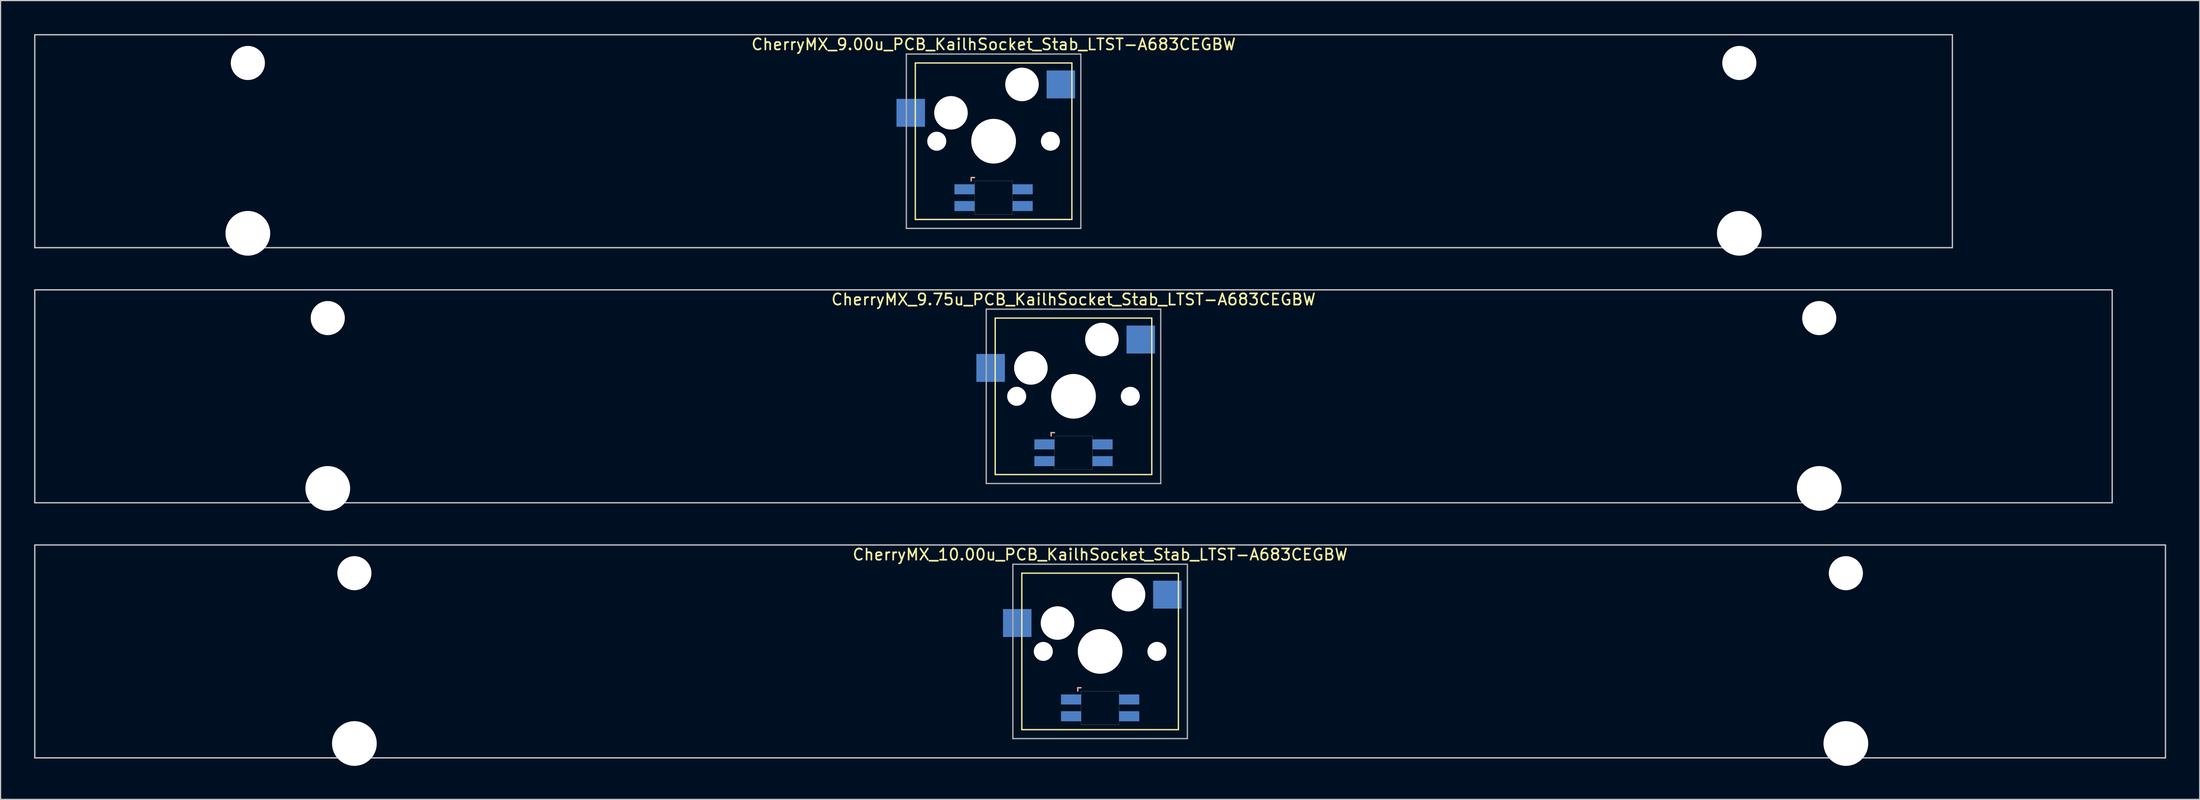
<source format=kicad_pcb>
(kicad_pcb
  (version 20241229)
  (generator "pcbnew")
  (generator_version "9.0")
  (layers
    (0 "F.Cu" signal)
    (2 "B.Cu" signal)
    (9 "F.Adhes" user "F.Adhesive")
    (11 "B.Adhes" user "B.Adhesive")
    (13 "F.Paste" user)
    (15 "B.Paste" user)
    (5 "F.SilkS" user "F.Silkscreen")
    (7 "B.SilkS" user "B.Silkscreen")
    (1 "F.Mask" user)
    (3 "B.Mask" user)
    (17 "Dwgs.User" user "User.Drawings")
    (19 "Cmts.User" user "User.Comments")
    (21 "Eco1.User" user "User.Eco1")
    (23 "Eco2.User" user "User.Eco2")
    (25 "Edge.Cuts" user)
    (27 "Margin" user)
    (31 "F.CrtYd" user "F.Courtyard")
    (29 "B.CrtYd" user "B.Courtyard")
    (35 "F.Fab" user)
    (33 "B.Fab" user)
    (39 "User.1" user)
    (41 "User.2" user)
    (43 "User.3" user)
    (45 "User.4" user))
  (footprint "CherryMX_10.00u_PCB_KailhSocket_Stab_LTST-A683CEGBW"
    (layer "F.Cu")
    (at 95.31 55.235)
    (property "Reference" "CherryMX_10.00u_PCB_KailhSocket_Stab_LTST-A683CEGBW" (at 0 -8.662 0) (layer "F.SilkS") (effects (font (size 1 1) (thickness 0.15))))
    (attr through_hole)
    (fp_line (start -7 -7) (end -7 7) (stroke (width 0.12) (type solid)) (layer "F.SilkS"))
    (fp_line (start -7 -7) (end 7 -7) (stroke (width 0.12) (type solid)) (layer "F.SilkS"))
    (fp_line (start 7 -7) (end 7 7) (stroke (width 0.12) (type solid)) (layer "F.SilkS"))
    (fp_line (start 7 7) (end -7 7) (stroke (width 0.12) (type solid)) (layer "F.SilkS"))
    (fp_line (start -2 3.25) (end -2 3.55) (stroke (width 0.12) (type solid)) (layer "B.SilkS"))
    (fp_line (start -1.7 3.25) (end -2 3.25) (stroke (width 0.12) (type solid)) (layer "B.SilkS"))
    (fp_line (start -95.25 -9.525) (end 95.25 -9.525) (stroke (width 0.12) (type solid)) (layer "Dwgs.User"))
    (fp_line (start -95.25 9.525) (end -95.25 -9.525) (stroke (width 0.12) (type solid)) (layer "Dwgs.User"))
    (fp_line (start 95.25 -9.525) (end 95.25 9.525) (stroke (width 0.12) (type solid)) (layer "Dwgs.User"))
    (fp_line (start 95.25 9.525) (end -95.25 9.525) (stroke (width 0.12) (type solid)) (layer "Dwgs.User"))
    (fp_poly (pts (xy 1.7 6.55) (xy -1.7 6.55) (xy -1.7 3.55) (xy 1.7 3.55)) (stroke (width 0.01) (type solid)) (fill no) (layer "Edge.Cuts"))
    (fp_line (start -7.8 -7.8) (end -7.8 7.8) (stroke (width 0.12) (type solid)) (layer "F.Fab"))
    (fp_line (start -7.8 -7.8) (end 7.8 -7.8) (stroke (width 0.12) (type solid)) (layer "F.Fab"))
    (fp_line (start -7.8 7.8) (end 7.8 7.8) (stroke (width 0.12) (type solid)) (layer "F.Fab"))
    (fp_line (start 7.8 -7.8) (end 7.8 7.8) (stroke (width 0.12) (type solid)) (layer "F.Fab"))
    (pad "" np_thru_hole circle (at -66.675 -7) (size 3.05 3.05) (drill 3.05) (layers "*.Cu" "*.Mask"))
    (pad "" np_thru_hole circle (at -66.675 8.24) (size 4 4) (drill 4) (layers "*.Cu" "*.Mask"))
    (pad "" np_thru_hole circle (at -5.08 0) (size 1.7 1.7) (drill 1.7) (layers "*.Cu" "*.Mask"))
    (pad "" np_thru_hole circle (at -3.81 -2.54) (size 3 3) (drill 3) (layers "*.Cu" "*.Mask"))
    (pad "" np_thru_hole circle (at 0 0) (size 4 4) (drill 4) (layers "*.Cu" "*.Mask"))
    (pad "" np_thru_hole circle (at 2.54 -5.08) (size 3 3) (drill 3) (layers "*.Cu" "*.Mask"))
    (pad "" np_thru_hole circle (at 5.08 0) (size 1.7 1.7) (drill 1.7) (layers "*.Cu" "*.Mask"))
    (pad "" np_thru_hole circle (at 66.675 -7) (size 3.05 3.05) (drill 3.05) (layers "*.Cu" "*.Mask"))
    (pad "" np_thru_hole circle (at 66.675 8.24) (size 4 4) (drill 4) (layers "*.Cu" "*.Mask"))
    (pad "1" smd rect (at -7.41 -2.54) (size 2.55 2.5) (layers "B.Cu" "B.Mask" "B.Paste"))
    (pad "2" smd rect (at 6.015 -5.08) (size 2.55 2.5) (layers "B.Cu" "B.Mask" "B.Paste"))
    (pad "3" smd rect (at -2.6 4.3) (size 1.8 0.9) (layers "B.Cu" "B.Mask" "B.Paste"))
    (pad "4" smd rect (at -2.6 5.8) (size 1.8 0.9) (layers "B.Cu" "B.Mask" "B.Paste"))
    (pad "5" smd rect (at 2.6 4.3) (size 1.8 0.9) (layers "B.Cu" "B.Mask" "B.Paste"))
    (pad "6" smd rect (at 2.6 5.8) (size 1.8 0.9) (layers "B.Cu" "B.Mask" "B.Paste")))
  (footprint "CherryMX_9.75u_PCB_KailhSocket_Stab_LTST-A683CEGBW"
    (layer "F.Cu")
    (at 92.929 32.41)
    (property "Reference" "CherryMX_9.75u_PCB_KailhSocket_Stab_LTST-A683CEGBW" (at 0 -8.662 0) (layer "F.SilkS") (effects (font (size 1 1) (thickness 0.15))))
    (attr through_hole)
    (fp_line (start -7 -7) (end -7 7) (stroke (width 0.12) (type solid)) (layer "F.SilkS"))
    (fp_line (start -7 -7) (end 7 -7) (stroke (width 0.12) (type solid)) (layer "F.SilkS"))
    (fp_line (start 7 -7) (end 7 7) (stroke (width 0.12) (type solid)) (layer "F.SilkS"))
    (fp_line (start 7 7) (end -7 7) (stroke (width 0.12) (type solid)) (layer "F.SilkS"))
    (fp_line (start -2 3.25) (end -2 3.55) (stroke (width 0.12) (type solid)) (layer "B.SilkS"))
    (fp_line (start -1.7 3.25) (end -2 3.25) (stroke (width 0.12) (type solid)) (layer "B.SilkS"))
    (fp_line (start -92.869 -9.525) (end 92.869 -9.525) (stroke (width 0.12) (type solid)) (layer "Dwgs.User"))
    (fp_line (start -92.869 9.525) (end -92.869 -9.525) (stroke (width 0.12) (type solid)) (layer "Dwgs.User"))
    (fp_line (start 92.869 -9.525) (end 92.869 9.525) (stroke (width 0.12) (type solid)) (layer "Dwgs.User"))
    (fp_line (start 92.869 9.525) (end -92.869 9.525) (stroke (width 0.12) (type solid)) (layer "Dwgs.User"))
    (fp_poly (pts (xy 1.7 6.55) (xy -1.7 6.55) (xy -1.7 3.55) (xy 1.7 3.55)) (stroke (width 0.01) (type solid)) (fill no) (layer "Edge.Cuts"))
    (fp_line (start -7.8 -7.8) (end -7.8 7.8) (stroke (width 0.12) (type solid)) (layer "F.Fab"))
    (fp_line (start -7.8 -7.8) (end 7.8 -7.8) (stroke (width 0.12) (type solid)) (layer "F.Fab"))
    (fp_line (start -7.8 7.8) (end 7.8 7.8) (stroke (width 0.12) (type solid)) (layer "F.Fab"))
    (fp_line (start 7.8 -7.8) (end 7.8 7.8) (stroke (width 0.12) (type solid)) (layer "F.Fab"))
    (pad "" np_thru_hole circle (at -66.675 -7) (size 3.05 3.05) (drill 3.05) (layers "*.Cu" "*.Mask"))
    (pad "" np_thru_hole circle (at -66.675 8.24) (size 4 4) (drill 4) (layers "*.Cu" "*.Mask"))
    (pad "" np_thru_hole circle (at -5.08 0) (size 1.7 1.7) (drill 1.7) (layers "*.Cu" "*.Mask"))
    (pad "" np_thru_hole circle (at -3.81 -2.54) (size 3 3) (drill 3) (layers "*.Cu" "*.Mask"))
    (pad "" np_thru_hole circle (at 0 0) (size 4 4) (drill 4) (layers "*.Cu" "*.Mask"))
    (pad "" np_thru_hole circle (at 2.54 -5.08) (size 3 3) (drill 3) (layers "*.Cu" "*.Mask"))
    (pad "" np_thru_hole circle (at 5.08 0) (size 1.7 1.7) (drill 1.7) (layers "*.Cu" "*.Mask"))
    (pad "" np_thru_hole circle (at 66.675 -7) (size 3.05 3.05) (drill 3.05) (layers "*.Cu" "*.Mask"))
    (pad "" np_thru_hole circle (at 66.675 8.24) (size 4 4) (drill 4) (layers "*.Cu" "*.Mask"))
    (pad "1" smd rect (at -7.41 -2.54) (size 2.55 2.5) (layers "B.Cu" "B.Mask" "B.Paste"))
    (pad "2" smd rect (at 6.015 -5.08) (size 2.55 2.5) (layers "B.Cu" "B.Mask" "B.Paste"))
    (pad "3" smd rect (at -2.6 4.3) (size 1.8 0.9) (layers "B.Cu" "B.Mask" "B.Paste"))
    (pad "4" smd rect (at -2.6 5.8) (size 1.8 0.9) (layers "B.Cu" "B.Mask" "B.Paste"))
    (pad "5" smd rect (at 2.6 4.3) (size 1.8 0.9) (layers "B.Cu" "B.Mask" "B.Paste"))
    (pad "6" smd rect (at 2.6 5.8) (size 1.8 0.9) (layers "B.Cu" "B.Mask" "B.Paste")))
  (footprint "CherryMX_9.00u_PCB_KailhSocket_Stab_LTST-A683CEGBW"
    (layer "F.Cu")
    (at 85.785 9.585)
    (property "Reference" "CherryMX_9.00u_PCB_KailhSocket_Stab_LTST-A683CEGBW" (at 0 -8.662 0) (layer "F.SilkS") (effects (font (size 1 1) (thickness 0.15))))
    (attr through_hole)
    (fp_line (start -7 -7) (end -7 7) (stroke (width 0.12) (type solid)) (layer "F.SilkS"))
    (fp_line (start -7 -7) (end 7 -7) (stroke (width 0.12) (type solid)) (layer "F.SilkS"))
    (fp_line (start 7 -7) (end 7 7) (stroke (width 0.12) (type solid)) (layer "F.SilkS"))
    (fp_line (start 7 7) (end -7 7) (stroke (width 0.12) (type solid)) (layer "F.SilkS"))
    (fp_line (start -2 3.25) (end -2 3.55) (stroke (width 0.12) (type solid)) (layer "B.SilkS"))
    (fp_line (start -1.7 3.25) (end -2 3.25) (stroke (width 0.12) (type solid)) (layer "B.SilkS"))
    (fp_line (start -85.725 -9.525) (end 85.725 -9.525) (stroke (width 0.12) (type solid)) (layer "Dwgs.User"))
    (fp_line (start -85.725 9.525) (end -85.725 -9.525) (stroke (width 0.12) (type solid)) (layer "Dwgs.User"))
    (fp_line (start 85.725 -9.525) (end 85.725 9.525) (stroke (width 0.12) (type solid)) (layer "Dwgs.User"))
    (fp_line (start 85.725 9.525) (end -85.725 9.525) (stroke (width 0.12) (type solid)) (layer "Dwgs.User"))
    (fp_poly (pts (xy 1.7 6.55) (xy -1.7 6.55) (xy -1.7 3.55) (xy 1.7 3.55)) (stroke (width 0.01) (type solid)) (fill no) (layer "Edge.Cuts"))
    (fp_line (start -7.8 -7.8) (end -7.8 7.8) (stroke (width 0.12) (type solid)) (layer "F.Fab"))
    (fp_line (start -7.8 -7.8) (end 7.8 -7.8) (stroke (width 0.12) (type solid)) (layer "F.Fab"))
    (fp_line (start -7.8 7.8) (end 7.8 7.8) (stroke (width 0.12) (type solid)) (layer "F.Fab"))
    (fp_line (start 7.8 -7.8) (end 7.8 7.8) (stroke (width 0.12) (type solid)) (layer "F.Fab"))
    (pad "" np_thru_hole circle (at -66.675 -7) (size 3.05 3.05) (drill 3.05) (layers "*.Cu" "*.Mask"))
    (pad "" np_thru_hole circle (at -66.675 8.24) (size 4 4) (drill 4) (layers "*.Cu" "*.Mask"))
    (pad "" np_thru_hole circle (at -5.08 0) (size 1.7 1.7) (drill 1.7) (layers "*.Cu" "*.Mask"))
    (pad "" np_thru_hole circle (at -3.81 -2.54) (size 3 3) (drill 3) (layers "*.Cu" "*.Mask"))
    (pad "" np_thru_hole circle (at 0 0) (size 4 4) (drill 4) (layers "*.Cu" "*.Mask"))
    (pad "" np_thru_hole circle (at 2.54 -5.08) (size 3 3) (drill 3) (layers "*.Cu" "*.Mask"))
    (pad "" np_thru_hole circle (at 5.08 0) (size 1.7 1.7) (drill 1.7) (layers "*.Cu" "*.Mask"))
    (pad "" np_thru_hole circle (at 66.675 -7) (size 3.05 3.05) (drill 3.05) (layers "*.Cu" "*.Mask"))
    (pad "" np_thru_hole circle (at 66.675 8.24) (size 4 4) (drill 4) (layers "*.Cu" "*.Mask"))
    (pad "1" smd rect (at -7.41 -2.54) (size 2.55 2.5) (layers "B.Cu" "B.Mask" "B.Paste"))
    (pad "2" smd rect (at 6.015 -5.08) (size 2.55 2.5) (layers "B.Cu" "B.Mask" "B.Paste"))
    (pad "3" smd rect (at -2.6 4.3) (size 1.8 0.9) (layers "B.Cu" "B.Mask" "B.Paste"))
    (pad "4" smd rect (at -2.6 5.8) (size 1.8 0.9) (layers "B.Cu" "B.Mask" "B.Paste"))
    (pad "5" smd rect (at 2.6 4.3) (size 1.8 0.9) (layers "B.Cu" "B.Mask" "B.Paste"))
    (pad "6" smd rect (at 2.6 5.8) (size 1.8 0.9) (layers "B.Cu" "B.Mask" "B.Paste")))
  (gr_rect
    (start -3 -3)
    (end 193.62 68.475)
    (stroke (width 0.1) (type default))
    (fill no)
    (layer "Edge.Cuts")))
</source>
